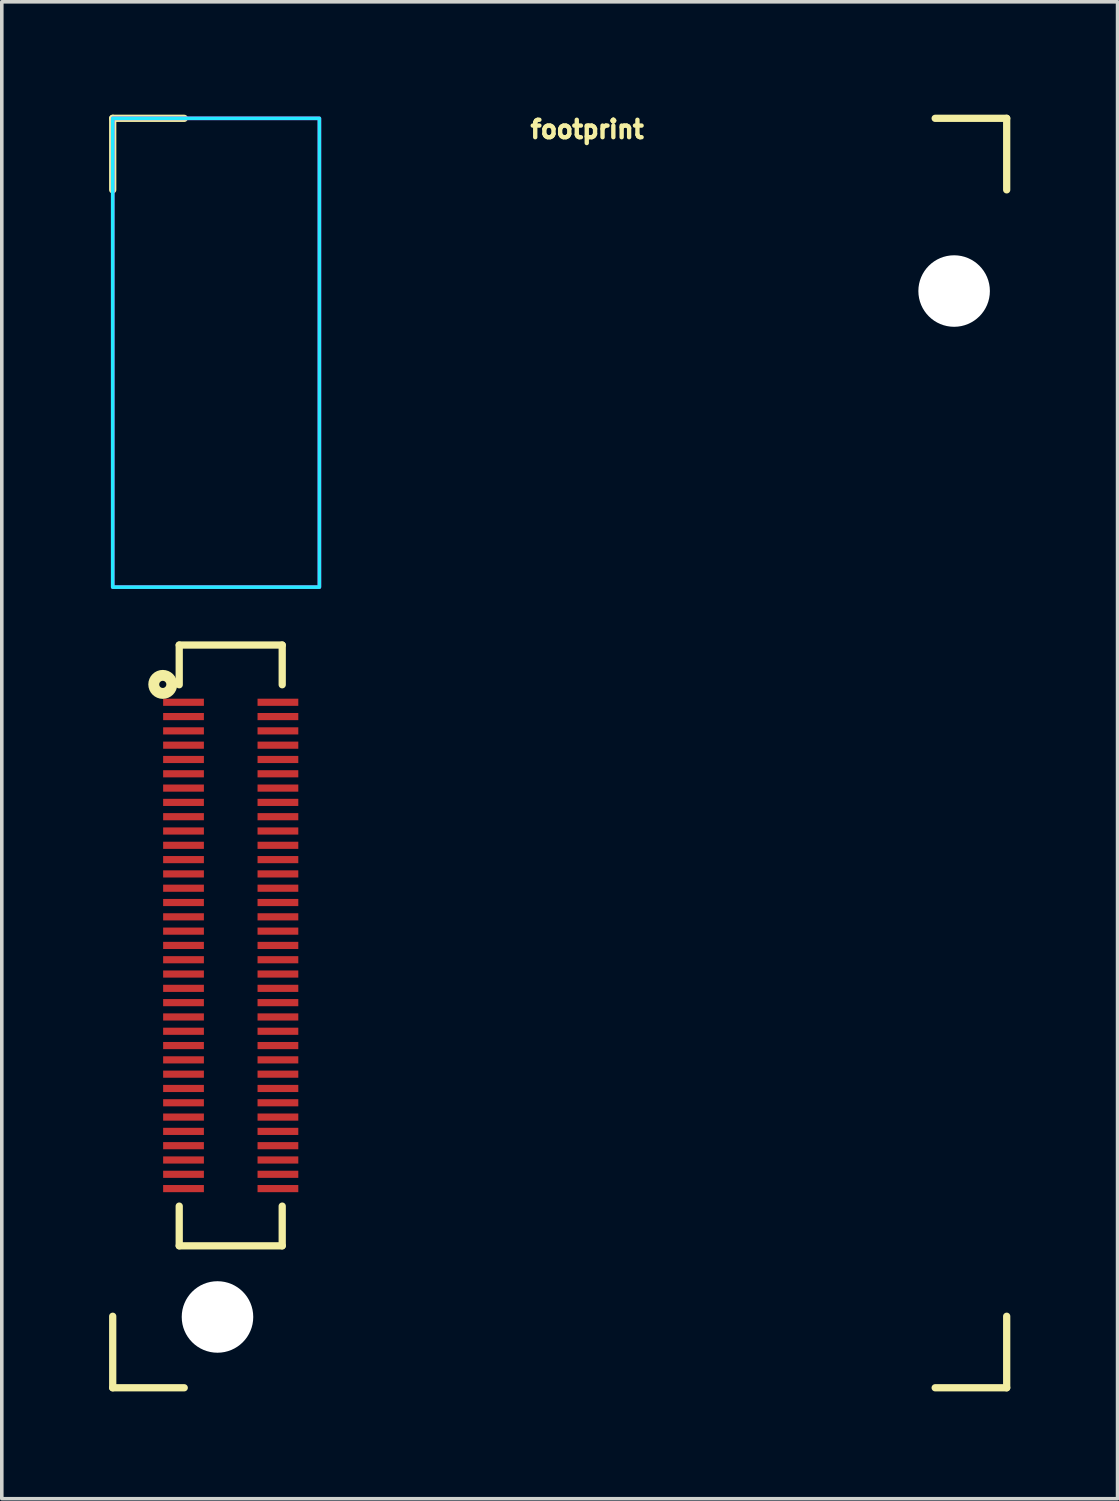
<source format=kicad_pcb>
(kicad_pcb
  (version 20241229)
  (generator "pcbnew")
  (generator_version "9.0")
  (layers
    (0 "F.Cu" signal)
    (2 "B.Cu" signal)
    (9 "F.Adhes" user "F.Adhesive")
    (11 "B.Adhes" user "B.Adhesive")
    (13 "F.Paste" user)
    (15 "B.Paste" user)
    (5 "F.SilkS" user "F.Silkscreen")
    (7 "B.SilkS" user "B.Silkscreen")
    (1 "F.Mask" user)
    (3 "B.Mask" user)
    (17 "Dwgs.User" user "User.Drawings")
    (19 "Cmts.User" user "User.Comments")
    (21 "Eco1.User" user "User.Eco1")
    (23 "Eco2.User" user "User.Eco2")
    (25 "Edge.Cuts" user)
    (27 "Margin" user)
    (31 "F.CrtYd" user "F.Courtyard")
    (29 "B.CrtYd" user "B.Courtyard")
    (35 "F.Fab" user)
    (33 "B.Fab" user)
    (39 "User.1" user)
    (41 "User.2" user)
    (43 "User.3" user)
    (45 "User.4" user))
  (footprint "footprint"
    (layer "F.Cu")
    (at 14.072 17.979)
    (property "Reference" "footprint" (at -0.702 -17.126 0) (layer "F.SilkS") (effects (font (size 0.488 0.488) (thickness 0.122)) (justify bottom)))
    (fp_line (start -13.97 -17.72) (end -11.97 -17.72) (stroke (width 0.203) (type solid)) (layer "F.SilkS"))
    (fp_line (start -13.97 -15.72) (end -13.97 -17.72) (stroke (width 0.203) (type solid)) (layer "F.SilkS"))
    (fp_line (start -13.97 17.78) (end -13.97 15.78) (stroke (width 0.203) (type solid)) (layer "F.SilkS"))
    (fp_line (start -12.11 -2.99) (end -12.11 -1.88) (stroke (width 0.203) (type solid)) (layer "F.SilkS"))
    (fp_line (start -12.11 -2.99) (end -9.23 -2.99) (stroke (width 0.203) (type solid)) (layer "F.SilkS"))
    (fp_line (start -12.11 12.7) (end -12.11 13.81) (stroke (width 0.203) (type solid)) (layer "F.SilkS"))
    (fp_line (start -11.97 17.78) (end -13.97 17.78) (stroke (width 0.203) (type solid)) (layer "F.SilkS"))
    (fp_line (start -9.23 -2.99) (end -9.23 -1.88) (stroke (width 0.203) (type solid)) (layer "F.SilkS"))
    (fp_line (start -9.23 12.7) (end -9.23 13.81) (stroke (width 0.203) (type solid)) (layer "F.SilkS"))
    (fp_line (start -9.23 13.81) (end -12.11 13.81) (stroke (width 0.203) (type solid)) (layer "F.SilkS"))
    (fp_line (start 9.03 -17.72) (end 11.03 -17.72) (stroke (width 0.203) (type solid)) (layer "F.SilkS"))
    (fp_line (start 11.03 -17.72) (end 11.03 -15.72) (stroke (width 0.203) (type solid)) (layer "F.SilkS"))
    (fp_line (start 11.03 15.78) (end 11.03 17.78) (stroke (width 0.203) (type solid)) (layer "F.SilkS"))
    (fp_line (start 11.03 17.78) (end 9.03 17.78) (stroke (width 0.203) (type solid)) (layer "F.SilkS"))
    (fp_circle (center -12.57 -1.89) (end -12.47 -1.89) (stroke (width 0.305) (type solid)) (fill no) (layer "F.SilkS"))
    (fp_poly (pts (xy -8.19 -17.72) (xy -13.97 -17.72) (xy -13.97 -4.61) (xy -8.19 -4.61)) (stroke (width 0.1) (type solid)) (fill no) (layer "B.CrtYd"))
    (fp_poly (pts (xy -8.19 -17.72) (xy -13.97 -17.72) (xy -13.97 -4.61) (xy -8.19 -4.61)) (stroke (width 0.1) (type solid)) (fill no) (layer "F.CrtYd"))
    (pad "" np_thru_hole circle (at -11.04 15.8) (size 2 2) (drill 2) (layers "*.Cu" "*.Mask"))
    (pad "" np_thru_hole circle (at 9.56 -12.89) (size 2 2) (drill 2) (layers "*.Cu" "*.Mask"))
    (pad "1" smd rect (at -11.99 -1.39 90) (size 0.2 1.14) (layers "F.Cu" "F.Mask" "F.Paste"))
    (pad "2" smd rect (at -9.35 -1.39 90) (size 0.2 1.14) (layers "F.Cu" "F.Mask" "F.Paste"))
    (pad "3" smd rect (at -11.99 -0.99 90) (size 0.2 1.14) (layers "F.Cu" "F.Mask" "F.Paste"))
    (pad "4" smd rect (at -9.35 -0.99 90) (size 0.2 1.14) (layers "F.Cu" "F.Mask" "F.Paste"))
    (pad "5" smd rect (at -11.99 -0.59 90) (size 0.2 1.14) (layers "F.Cu" "F.Mask" "F.Paste"))
    (pad "6" smd rect (at -9.35 -0.59 90) (size 0.2 1.14) (layers "F.Cu" "F.Mask" "F.Paste"))
    (pad "7" smd rect (at -11.99 -0.19 90) (size 0.2 1.14) (layers "F.Cu" "F.Mask" "F.Paste"))
    (pad "8" smd rect (at -9.35 -0.19 90) (size 0.2 1.14) (layers "F.Cu" "F.Mask" "F.Paste"))
    (pad "9" smd rect (at -11.99 0.21 90) (size 0.2 1.14) (layers "F.Cu" "F.Mask" "F.Paste"))
    (pad "10" smd rect (at -9.35 0.21 90) (size 0.2 1.14) (layers "F.Cu" "F.Mask" "F.Paste"))
    (pad "11" smd rect (at -11.99 0.61 90) (size 0.2 1.14) (layers "F.Cu" "F.Mask" "F.Paste"))
    (pad "12" smd rect (at -9.35 0.61 90) (size 0.2 1.14) (layers "F.Cu" "F.Mask" "F.Paste"))
    (pad "13" smd rect (at -11.99 1.01 90) (size 0.2 1.14) (layers "F.Cu" "F.Mask" "F.Paste"))
    (pad "14" smd rect (at -9.35 1.01 90) (size 0.2 1.14) (layers "F.Cu" "F.Mask" "F.Paste"))
    (pad "15" smd rect (at -11.99 1.41 90) (size 0.2 1.14) (layers "F.Cu" "F.Mask" "F.Paste"))
    (pad "16" smd rect (at -9.35 1.41 90) (size 0.2 1.14) (layers "F.Cu" "F.Mask" "F.Paste"))
    (pad "17" smd rect (at -11.99 1.81 90) (size 0.2 1.14) (layers "F.Cu" "F.Mask" "F.Paste"))
    (pad "18" smd rect (at -9.35 1.81 90) (size 0.2 1.14) (layers "F.Cu" "F.Mask" "F.Paste"))
    (pad "19" smd rect (at -11.99 2.21 90) (size 0.2 1.14) (layers "F.Cu" "F.Mask" "F.Paste"))
    (pad "20" smd rect (at -9.35 2.21 90) (size 0.2 1.14) (layers "F.Cu" "F.Mask" "F.Paste"))
    (pad "21" smd rect (at -11.99 2.61 90) (size 0.2 1.14) (layers "F.Cu" "F.Mask" "F.Paste"))
    (pad "22" smd rect (at -9.35 2.61 90) (size 0.2 1.14) (layers "F.Cu" "F.Mask" "F.Paste"))
    (pad "23" smd rect (at -11.99 3.01 90) (size 0.2 1.14) (layers "F.Cu" "F.Mask" "F.Paste"))
    (pad "24" smd rect (at -9.35 3.01 90) (size 0.2 1.14) (layers "F.Cu" "F.Mask" "F.Paste"))
    (pad "25" smd rect (at -11.99 3.41 90) (size 0.2 1.14) (layers "F.Cu" "F.Mask" "F.Paste"))
    (pad "26" smd rect (at -9.35 3.41 90) (size 0.2 1.14) (layers "F.Cu" "F.Mask" "F.Paste"))
    (pad "27" smd rect (at -11.99 3.81 90) (size 0.2 1.14) (layers "F.Cu" "F.Mask" "F.Paste"))
    (pad "28" smd rect (at -9.35 3.81 90) (size 0.2 1.14) (layers "F.Cu" "F.Mask" "F.Paste"))
    (pad "29" smd rect (at -11.99 4.21 90) (size 0.2 1.14) (layers "F.Cu" "F.Mask" "F.Paste"))
    (pad "30" smd rect (at -9.35 4.21 90) (size 0.2 1.14) (layers "F.Cu" "F.Mask" "F.Paste"))
    (pad "31" smd rect (at -11.99 4.61 90) (size 0.2 1.14) (layers "F.Cu" "F.Mask" "F.Paste"))
    (pad "32" smd rect (at -9.35 4.61 90) (size 0.2 1.14) (layers "F.Cu" "F.Mask" "F.Paste"))
    (pad "33" smd rect (at -11.99 5.01 90) (size 0.2 1.14) (layers "F.Cu" "F.Mask" "F.Paste"))
    (pad "34" smd rect (at -9.35 5.01 90) (size 0.2 1.14) (layers "F.Cu" "F.Mask" "F.Paste"))
    (pad "35" smd rect (at -11.99 5.41 90) (size 0.2 1.14) (layers "F.Cu" "F.Mask" "F.Paste"))
    (pad "36" smd rect (at -9.35 5.41 90) (size 0.2 1.14) (layers "F.Cu" "F.Mask" "F.Paste"))
    (pad "37" smd rect (at -11.99 5.81 90) (size 0.2 1.14) (layers "F.Cu" "F.Mask" "F.Paste"))
    (pad "38" smd rect (at -9.35 5.81 90) (size 0.2 1.14) (layers "F.Cu" "F.Mask" "F.Paste"))
    (pad "39" smd rect (at -11.99 6.21 90) (size 0.2 1.14) (layers "F.Cu" "F.Mask" "F.Paste"))
    (pad "40" smd rect (at -9.35 6.21 90) (size 0.2 1.14) (layers "F.Cu" "F.Mask" "F.Paste"))
    (pad "41" smd rect (at -11.99 6.61 90) (size 0.2 1.14) (layers "F.Cu" "F.Mask" "F.Paste"))
    (pad "42" smd rect (at -9.35 6.61 90) (size 0.2 1.14) (layers "F.Cu" "F.Mask" "F.Paste"))
    (pad "43" smd rect (at -11.99 7.01 90) (size 0.2 1.14) (layers "F.Cu" "F.Mask" "F.Paste"))
    (pad "44" smd rect (at -9.35 7.01 90) (size 0.2 1.14) (layers "F.Cu" "F.Mask" "F.Paste"))
    (pad "45" smd rect (at -11.99 7.41 90) (size 0.2 1.14) (layers "F.Cu" "F.Mask" "F.Paste"))
    (pad "46" smd rect (at -9.35 7.41 90) (size 0.2 1.14) (layers "F.Cu" "F.Mask" "F.Paste"))
    (pad "47" smd rect (at -11.99 7.81 90) (size 0.2 1.14) (layers "F.Cu" "F.Mask" "F.Paste"))
    (pad "48" smd rect (at -9.35 7.81 90) (size 0.2 1.14) (layers "F.Cu" "F.Mask" "F.Paste"))
    (pad "49" smd rect (at -11.99 8.21 90) (size 0.2 1.14) (layers "F.Cu" "F.Mask" "F.Paste"))
    (pad "50" smd rect (at -9.35 8.21 90) (size 0.2 1.14) (layers "F.Cu" "F.Mask" "F.Paste"))
    (pad "51" smd rect (at -11.99 8.61 90) (size 0.2 1.14) (layers "F.Cu" "F.Mask" "F.Paste"))
    (pad "52" smd rect (at -9.35 8.61 90) (size 0.2 1.14) (layers "F.Cu" "F.Mask" "F.Paste"))
    (pad "53" smd rect (at -11.99 9.01 90) (size 0.2 1.14) (layers "F.Cu" "F.Mask" "F.Paste"))
    (pad "54" smd rect (at -9.35 9.01 90) (size 0.2 1.14) (layers "F.Cu" "F.Mask" "F.Paste"))
    (pad "55" smd rect (at -11.99 9.41 90) (size 0.2 1.14) (layers "F.Cu" "F.Mask" "F.Paste"))
    (pad "56" smd rect (at -9.35 9.41 90) (size 0.2 1.14) (layers "F.Cu" "F.Mask" "F.Paste"))
    (pad "57" smd rect (at -11.99 9.81 90) (size 0.2 1.14) (layers "F.Cu" "F.Mask" "F.Paste"))
    (pad "58" smd rect (at -9.35 9.81 90) (size 0.2 1.14) (layers "F.Cu" "F.Mask" "F.Paste"))
    (pad "59" smd rect (at -11.99 10.21 90) (size 0.2 1.14) (layers "F.Cu" "F.Mask" "F.Paste"))
    (pad "60" smd rect (at -9.35 10.21 90) (size 0.2 1.14) (layers "F.Cu" "F.Mask" "F.Paste"))
    (pad "61" smd rect (at -11.99 10.61 90) (size 0.2 1.14) (layers "F.Cu" "F.Mask" "F.Paste"))
    (pad "62" smd rect (at -9.35 10.61 90) (size 0.2 1.14) (layers "F.Cu" "F.Mask" "F.Paste"))
    (pad "63" smd rect (at -11.99 11.01 90) (size 0.2 1.14) (layers "F.Cu" "F.Mask" "F.Paste"))
    (pad "64" smd rect (at -9.35 11.01 90) (size 0.2 1.14) (layers "F.Cu" "F.Mask" "F.Paste"))
    (pad "65" smd rect (at -11.99 11.41 90) (size 0.2 1.14) (layers "F.Cu" "F.Mask" "F.Paste"))
    (pad "66" smd rect (at -9.35 11.41 90) (size 0.2 1.14) (layers "F.Cu" "F.Mask" "F.Paste"))
    (pad "67" smd rect (at -11.99 11.81 90) (size 0.2 1.14) (layers "F.Cu" "F.Mask" "F.Paste"))
    (pad "68" smd rect (at -9.35 11.81 90) (size 0.2 1.14) (layers "F.Cu" "F.Mask" "F.Paste"))
    (pad "69" smd rect (at -11.99 12.21 90) (size 0.2 1.14) (layers "F.Cu" "F.Mask" "F.Paste"))
    (pad "70" smd rect (at -9.35 12.21 90) (size 0.2 1.14) (layers "F.Cu" "F.Mask" "F.Paste")))
  (gr_rect
    (start -3 -3)
    (end 28.203 38.861)
    (stroke (width 0.1) (type default))
    (fill no)
    (layer "Edge.Cuts")))
</source>
